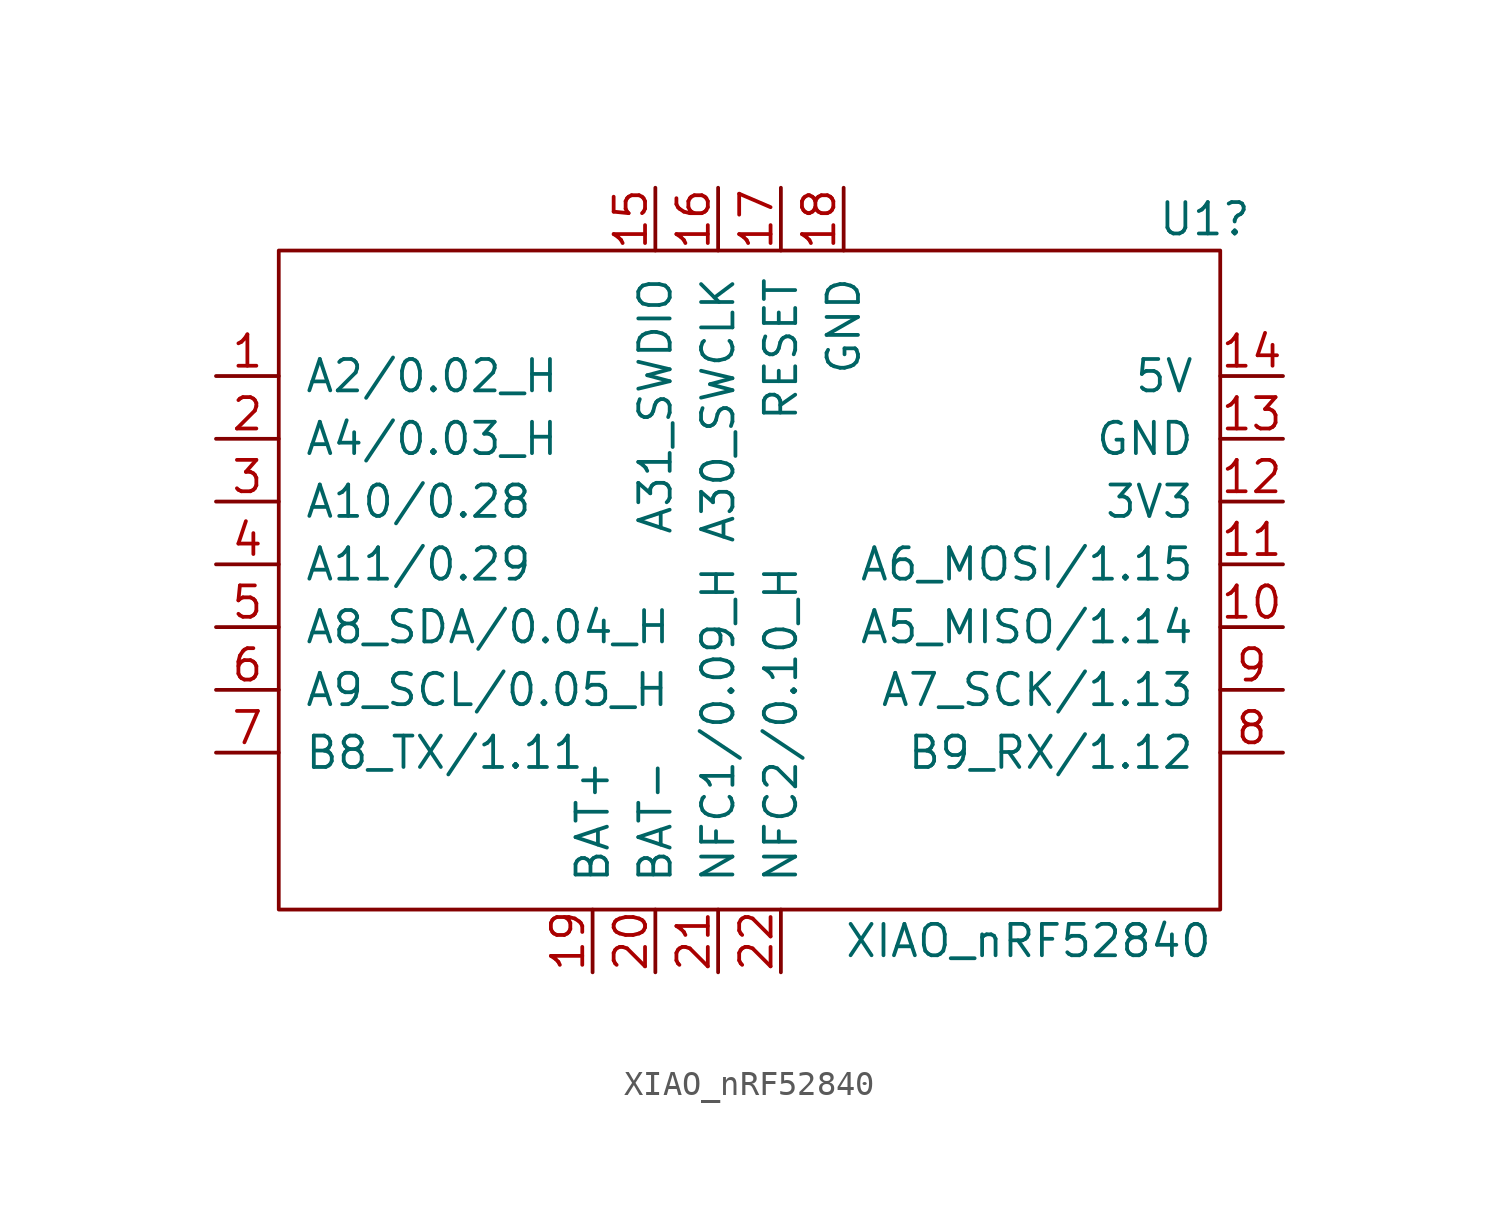
<source format=kicad_sym>
(kicad_symbol_lib
  (version 20231120)
  (generator "kicad_symbol_editor")
  (generator_version "8.0")
  (symbol "XIAO_nRF52840"
    (pin_names
      (offset 1.016))
    (property "Reference" "U1"
      (at 16.51 13.97 0)
      (effects (font (size 1.27 1.27)) (justify left)))
    (property "Value" "XIAO_nRF52840"
      (at 3.81 -15.24 0)
      (effects (font (size 1.27 1.27)) (justify left)))
    (symbol "XIAO_nRF52840_0_1"
      (rectangle (start -19.05 12.7) (end 19.05 -13.97) (stroke (width 0) (type default)) (fill (type none))))
    (symbol "XIAO_nRF52840_1_1"
      (pin bidirectional line (at -21.59 7.62 0) (length 2.54) (name "A2/0.02_H" (effects (font (size 1.27 1.27)))) (number "1" (effects (font (size 1.27 1.27)))))
      (pin bidirectional line (at 21.59 -2.54 180) (length 2.54) (name "A5_MISO/1.14" (effects (font (size 1.27 1.27)))) (number "10" (effects (font (size 1.27 1.27)))))
      (pin bidirectional line (at 21.59 0 180) (length 2.54) (name "A6_MOSI/1.15" (effects (font (size 1.27 1.27)))) (number "11" (effects (font (size 1.27 1.27)))))
      (pin power_out line (at 21.59 2.54 180) (length 2.54) (name "3V3" (effects (font (size 1.27 1.27)))) (number "12" (effects (font (size 1.27 1.27)))))
      (pin power_out line (at 21.59 5.08 180) (length 2.54) (name "GND" (effects (font (size 1.27 1.27)))) (number "13" (effects (font (size 1.27 1.27)))))
      (pin power_out line (at 21.59 7.62 180) (length 2.54) (name "5V" (effects (font (size 1.27 1.27)))) (number "14" (effects (font (size 1.27 1.27)))))
      (pin input line (at -3.81 15.24 270) (length 2.54) (name "A31_SWDIO" (effects (font (size 1.27 1.27)))) (number "15" (effects (font (size 1.27 1.27)))))
      (pin input line (at -1.27 15.24 270) (length 2.54) (name "A30_SWCLK" (effects (font (size 1.27 1.27)))) (number "16" (effects (font (size 1.27 1.27)))))
      (pin input line (at 1.27 15.24 270) (length 2.54) (name "RESET" (effects (font (size 1.27 1.27)))) (number "17" (effects (font (size 1.27 1.27)))))
      (pin power_out line (at 3.81 15.24 270) (length 2.54) (name "GND" (effects (font (size 1.27 1.27)))) (number "18" (effects (font (size 1.27 1.27)))))
      (pin power_in line (at -6.35 -16.51 90) (length 2.54) (name "BAT+" (effects (font (size 1.27 1.27)))) (number "19" (effects (font (size 1.27 1.27)))))
      (pin bidirectional line (at -21.59 5.08 0) (length 2.54) (name "A4/0.03_H" (effects (font (size 1.27 1.27)))) (number "2" (effects (font (size 1.27 1.27)))))
      (pin power_in line (at -3.81 -16.51 90) (length 2.54) (name "BAT-" (effects (font (size 1.27 1.27)))) (number "20" (effects (font (size 1.27 1.27)))))
      (pin bidirectional line (at -1.27 -16.51 90) (length 2.54) (name "NFC1/0.09_H" (effects (font (size 1.27 1.27)))) (number "21" (effects (font (size 1.27 1.27)))))
      (pin bidirectional line (at 1.27 -16.51 90) (length 2.54) (name "NFC2/0.10_H" (effects (font (size 1.27 1.27)))) (number "22" (effects (font (size 1.27 1.27)))))
      (pin bidirectional line (at -21.59 2.54 0) (length 2.54) (name "A10/0.28" (effects (font (size 1.27 1.27)))) (number "3" (effects (font (size 1.27 1.27)))))
      (pin bidirectional line (at -21.59 0 0) (length 2.54) (name "A11/0.29" (effects (font (size 1.27 1.27)))) (number "4" (effects (font (size 1.27 1.27)))))
      (pin bidirectional line (at -21.59 -2.54 0) (length 2.54) (name "A8_SDA/0.04_H" (effects (font (size 1.27 1.27)))) (number "5" (effects (font (size 1.27 1.27)))))
      (pin bidirectional line (at -21.59 -5.08 0) (length 2.54) (name "A9_SCL/0.05_H" (effects (font (size 1.27 1.27)))) (number "6" (effects (font (size 1.27 1.27)))))
      (pin bidirectional line (at -21.59 -7.62 0) (length 2.54) (name "B8_TX/1.11" (effects (font (size 1.27 1.27)))) (number "7" (effects (font (size 1.27 1.27)))))
      (pin bidirectional line (at 21.59 -7.62 180) (length 2.54) (name "B9_RX/1.12" (effects (font (size 1.27 1.27)))) (number "8" (effects (font (size 1.27 1.27)))))
      (pin bidirectional line (at 21.59 -5.08 180) (length 2.54) (name "A7_SCK/1.13" (effects (font (size 1.27 1.27)))) (number "9" (effects (font (size 1.27 1.27))))))))
</source>
